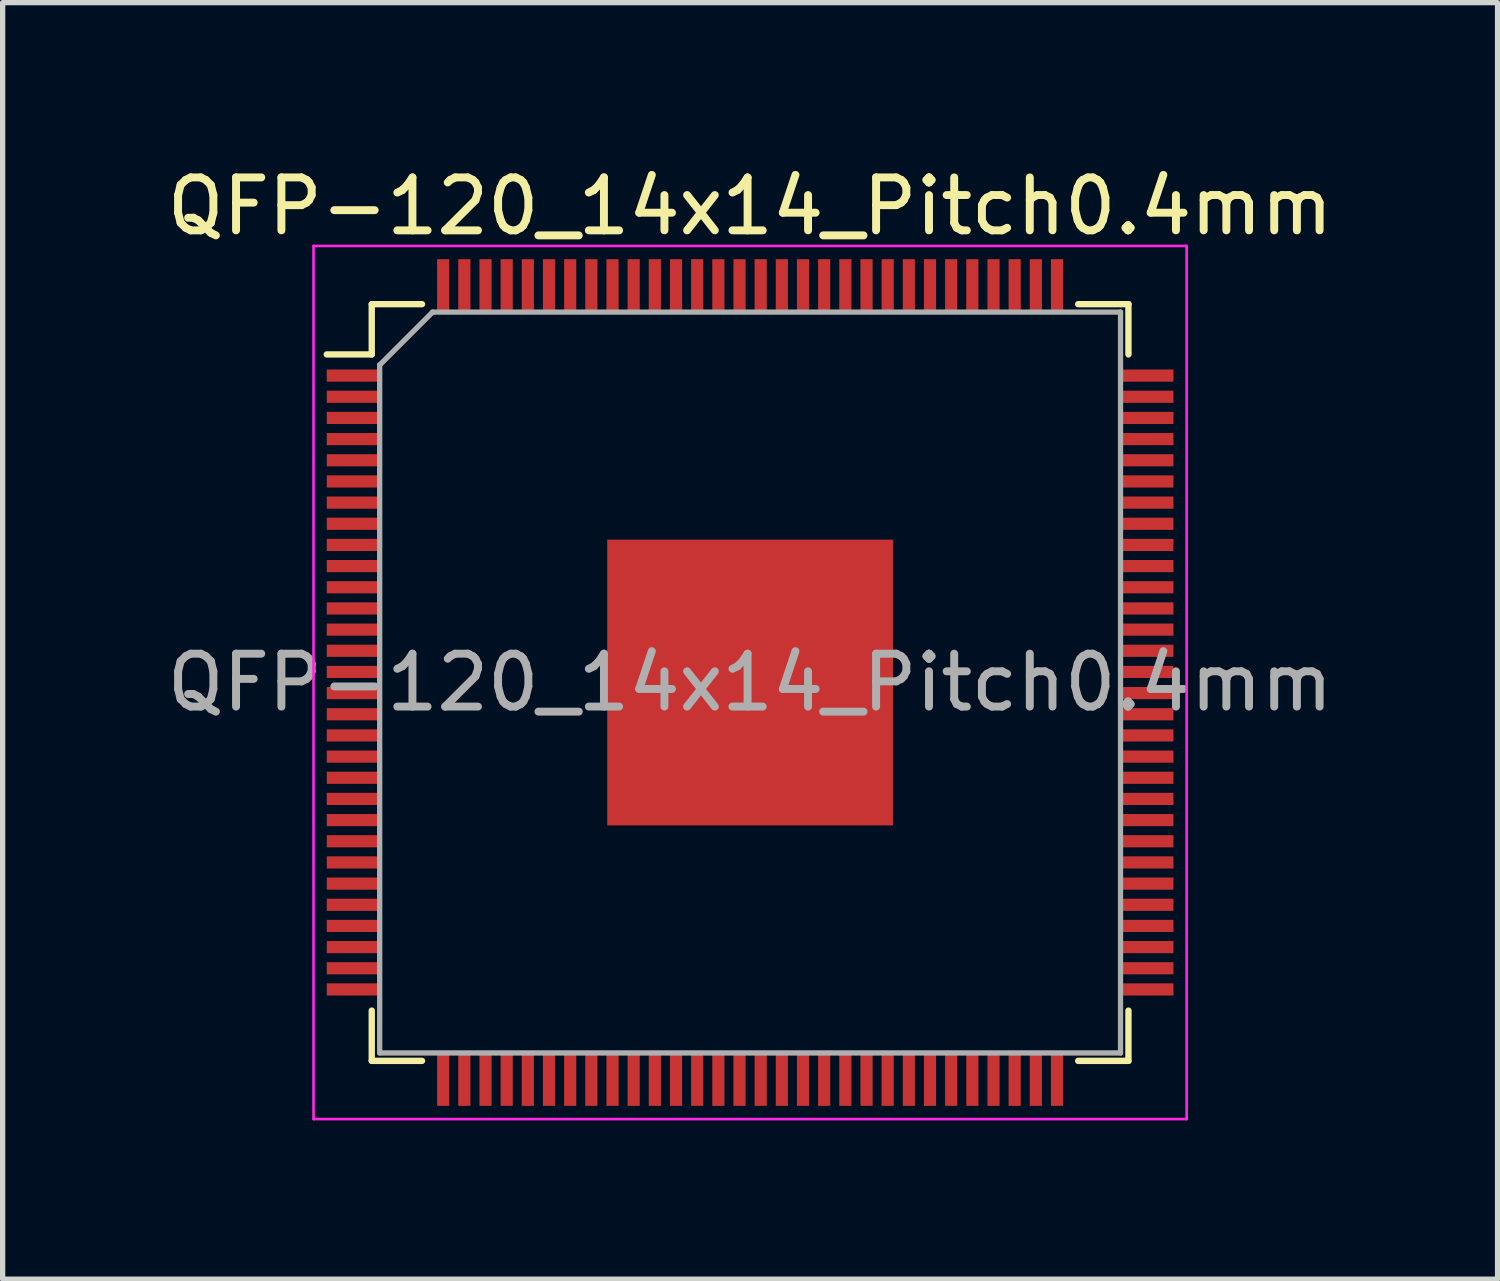
<source format=kicad_pcb>
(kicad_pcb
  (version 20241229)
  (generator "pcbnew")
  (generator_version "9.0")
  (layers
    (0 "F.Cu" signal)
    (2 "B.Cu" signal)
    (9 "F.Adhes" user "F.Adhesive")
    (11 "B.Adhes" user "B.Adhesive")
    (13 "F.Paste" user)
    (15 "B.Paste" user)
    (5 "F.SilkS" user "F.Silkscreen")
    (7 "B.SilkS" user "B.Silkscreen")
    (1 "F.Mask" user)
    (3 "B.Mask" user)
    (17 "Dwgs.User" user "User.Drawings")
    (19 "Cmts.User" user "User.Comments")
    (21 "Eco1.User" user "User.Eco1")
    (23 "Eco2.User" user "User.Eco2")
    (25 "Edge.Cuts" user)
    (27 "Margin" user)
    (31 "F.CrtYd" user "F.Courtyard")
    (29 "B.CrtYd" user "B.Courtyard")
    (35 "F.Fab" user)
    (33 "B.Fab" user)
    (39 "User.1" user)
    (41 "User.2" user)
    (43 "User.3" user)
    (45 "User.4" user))
  (footprint "QFP-120_14x14_Pitch0.4mm"
    (layer "F.Cu")
    (at 11.125 9.848)
    (property "Reference" "QFP-120_14x14_Pitch0.4mm" (at 0 -9 0) (unlocked yes) (layer "F.SilkS") (effects (font (size 1 1) (thickness 0.15))))
    (attr smd)
    (fp_line (start -7.15 -7.15) (end -7.15 -6.2) (stroke (width 0.12) (type default)) (layer "F.SilkS"))
    (fp_line (start -7.15 -6.2) (end -8 -6.2) (stroke (width 0.12) (type default)) (layer "F.SilkS"))
    (fp_line (start -7.15 7.15) (end -7.15 6.2) (stroke (width 0.12) (type default)) (layer "F.SilkS"))
    (fp_line (start -6.2 -7.15) (end -7.15 -7.15) (stroke (width 0.12) (type default)) (layer "F.SilkS"))
    (fp_line (start -6.2 7.15) (end -7.15 7.15) (stroke (width 0.12) (type default)) (layer "F.SilkS"))
    (fp_line (start 6.2 -7.15) (end 7.15 -7.15) (stroke (width 0.12) (type default)) (layer "F.SilkS"))
    (fp_line (start 6.2 7.15) (end 7.15 7.15) (stroke (width 0.12) (type default)) (layer "F.SilkS"))
    (fp_line (start 7.15 -7.15) (end 7.15 -6.2) (stroke (width 0.12) (type default)) (layer "F.SilkS"))
    (fp_line (start 7.15 7.15) (end 7.15 6.2) (stroke (width 0.12) (type default)) (layer "F.SilkS"))
    (fp_line (start -8.25 -8.25) (end 8.25 -8.25) (stroke (width 0.05) (type default)) (layer "F.CrtYd"))
    (fp_line (start -8.25 8.25) (end -8.25 -8.25) (stroke (width 0.05) (type default)) (layer "F.CrtYd"))
    (fp_line (start 8.25 -8.25) (end 8.25 8.25) (stroke (width 0.05) (type default)) (layer "F.CrtYd"))
    (fp_line (start 8.25 8.25) (end -8.25 8.25) (stroke (width 0.05) (type default)) (layer "F.CrtYd"))
    (fp_line (start -7 -6) (end -7 7) (stroke (width 0.1) (type default)) (layer "F.Fab"))
    (fp_line (start -7 7) (end 7 7) (stroke (width 0.1) (type default)) (layer "F.Fab"))
    (fp_line (start -6 -7) (end -7 -6) (stroke (width 0.1) (type default)) (layer "F.Fab"))
    (fp_line (start 7 -7) (end -6 -7) (stroke (width 0.1) (type default)) (layer "F.Fab"))
    (fp_line (start 7 7) (end 7 -7) (stroke (width 0.1) (type default)) (layer "F.Fab"))
    (fp_text user "${REFERENCE}" (at 0 0 0) (layer "F.Fab") (effects (font (size 1 1) (thickness 0.15))))
    (pad "1" smd rect (at -7.5 -5.8 90) (size 0.23 1) (layers "F.Cu" "F.Mask" "F.Paste"))
    (pad "2" smd rect (at -7.5 -5.4 90) (size 0.23 1) (layers "F.Cu" "F.Mask" "F.Paste"))
    (pad "3" smd rect (at -7.5 -5 90) (size 0.23 1) (layers "F.Cu" "F.Mask" "F.Paste"))
    (pad "4" smd rect (at -7.5 -4.6 90) (size 0.23 1) (layers "F.Cu" "F.Mask" "F.Paste"))
    (pad "5" smd rect (at -7.5 -4.2 90) (size 0.23 1) (layers "F.Cu" "F.Mask" "F.Paste"))
    (pad "6" smd rect (at -7.5 -3.8 90) (size 0.23 1) (layers "F.Cu" "F.Mask" "F.Paste"))
    (pad "7" smd rect (at -7.5 -3.4 90) (size 0.23 1) (layers "F.Cu" "F.Mask" "F.Paste"))
    (pad "8" smd rect (at -7.5 -3 90) (size 0.23 1) (layers "F.Cu" "F.Mask" "F.Paste"))
    (pad "9" smd rect (at -7.5 -2.6 90) (size 0.23 1) (layers "F.Cu" "F.Mask" "F.Paste"))
    (pad "10" smd rect (at -7.5 -2.2 90) (size 0.23 1) (layers "F.Cu" "F.Mask" "F.Paste"))
    (pad "11" smd rect (at -7.5 -1.8 90) (size 0.23 1) (layers "F.Cu" "F.Mask" "F.Paste"))
    (pad "12" smd rect (at -7.5 -1.4 90) (size 0.23 1) (layers "F.Cu" "F.Mask" "F.Paste"))
    (pad "13" smd rect (at -7.5 -1 90) (size 0.23 1) (layers "F.Cu" "F.Mask" "F.Paste"))
    (pad "14" smd rect (at -7.5 -0.6 90) (size 0.23 1) (layers "F.Cu" "F.Mask" "F.Paste"))
    (pad "15" smd rect (at -7.5 -0.2 90) (size 0.23 1) (layers "F.Cu" "F.Mask" "F.Paste"))
    (pad "16" smd rect (at -7.5 0.2 90) (size 0.23 1) (layers "F.Cu" "F.Mask" "F.Paste"))
    (pad "17" smd rect (at -7.5 0.6 90) (size 0.23 1) (layers "F.Cu" "F.Mask" "F.Paste"))
    (pad "18" smd rect (at -7.5 1 90) (size 0.23 1) (layers "F.Cu" "F.Mask" "F.Paste"))
    (pad "19" smd rect (at -7.5 1.4 90) (size 0.23 1) (layers "F.Cu" "F.Mask" "F.Paste"))
    (pad "20" smd rect (at -7.5 1.8 90) (size 0.23 1) (layers "F.Cu" "F.Mask" "F.Paste"))
    (pad "21" smd rect (at -7.5 2.2 90) (size 0.23 1) (layers "F.Cu" "F.Mask" "F.Paste"))
    (pad "22" smd rect (at -7.5 2.6 90) (size 0.23 1) (layers "F.Cu" "F.Mask" "F.Paste"))
    (pad "23" smd rect (at -7.5 3 90) (size 0.23 1) (layers "F.Cu" "F.Mask" "F.Paste"))
    (pad "24" smd rect (at -7.5 3.4 90) (size 0.23 1) (layers "F.Cu" "F.Mask" "F.Paste"))
    (pad "25" smd rect (at -7.5 3.8 90) (size 0.23 1) (layers "F.Cu" "F.Mask" "F.Paste"))
    (pad "26" smd rect (at -7.5 4.2 90) (size 0.23 1) (layers "F.Cu" "F.Mask" "F.Paste"))
    (pad "27" smd rect (at -7.5 4.6 90) (size 0.23 1) (layers "F.Cu" "F.Mask" "F.Paste"))
    (pad "28" smd rect (at -7.5 5 90) (size 0.23 1) (layers "F.Cu" "F.Mask" "F.Paste"))
    (pad "29" smd rect (at -7.5 5.4 90) (size 0.23 1) (layers "F.Cu" "F.Mask" "F.Paste"))
    (pad "30" smd rect (at -7.5 5.8 90) (size 0.23 1) (layers "F.Cu" "F.Mask" "F.Paste"))
    (pad "31" smd rect (at -5.8 7.5) (size 0.23 1) (layers "F.Cu" "F.Mask" "F.Paste"))
    (pad "32" smd rect (at -5.4 7.5) (size 0.23 1) (layers "F.Cu" "F.Mask" "F.Paste"))
    (pad "33" smd rect (at -5 7.5) (size 0.23 1) (layers "F.Cu" "F.Mask" "F.Paste"))
    (pad "34" smd rect (at -4.6 7.5) (size 0.23 1) (layers "F.Cu" "F.Mask" "F.Paste"))
    (pad "35" smd rect (at -4.2 7.5) (size 0.23 1) (layers "F.Cu" "F.Mask" "F.Paste"))
    (pad "36" smd rect (at -3.8 7.5) (size 0.23 1) (layers "F.Cu" "F.Mask" "F.Paste"))
    (pad "37" smd rect (at -3.4 7.5) (size 0.23 1) (layers "F.Cu" "F.Mask" "F.Paste"))
    (pad "38" smd rect (at -3 7.5) (size 0.23 1) (layers "F.Cu" "F.Mask" "F.Paste"))
    (pad "39" smd rect (at -2.6 7.5) (size 0.23 1) (layers "F.Cu" "F.Mask" "F.Paste"))
    (pad "40" smd rect (at -2.2 7.5) (size 0.23 1) (layers "F.Cu" "F.Mask" "F.Paste"))
    (pad "41" smd rect (at -1.8 7.5) (size 0.23 1) (layers "F.Cu" "F.Mask" "F.Paste"))
    (pad "42" smd rect (at -1.4 7.5) (size 0.23 1) (layers "F.Cu" "F.Mask" "F.Paste"))
    (pad "43" smd rect (at -1 7.5) (size 0.23 1) (layers "F.Cu" "F.Mask" "F.Paste"))
    (pad "44" smd rect (at -0.6 7.5) (size 0.23 1) (layers "F.Cu" "F.Mask" "F.Paste"))
    (pad "45" smd rect (at -0.2 7.5) (size 0.23 1) (layers "F.Cu" "F.Mask" "F.Paste"))
    (pad "46" smd rect (at 0.2 7.5) (size 0.23 1) (layers "F.Cu" "F.Mask" "F.Paste"))
    (pad "47" smd rect (at 0.6 7.5) (size 0.23 1) (layers "F.Cu" "F.Mask" "F.Paste"))
    (pad "48" smd rect (at 1 7.5) (size 0.23 1) (layers "F.Cu" "F.Mask" "F.Paste"))
    (pad "49" smd rect (at 1.4 7.5) (size 0.23 1) (layers "F.Cu" "F.Mask" "F.Paste"))
    (pad "50" smd rect (at 1.8 7.5) (size 0.23 1) (layers "F.Cu" "F.Mask" "F.Paste"))
    (pad "51" smd rect (at 2.2 7.5) (size 0.23 1) (layers "F.Cu" "F.Mask" "F.Paste"))
    (pad "52" smd rect (at 2.6 7.5) (size 0.23 1) (layers "F.Cu" "F.Mask" "F.Paste"))
    (pad "53" smd rect (at 3 7.5) (size 0.23 1) (layers "F.Cu" "F.Mask" "F.Paste"))
    (pad "54" smd rect (at 3.4 7.5) (size 0.23 1) (layers "F.Cu" "F.Mask" "F.Paste"))
    (pad "55" smd rect (at 3.8 7.5) (size 0.23 1) (layers "F.Cu" "F.Mask" "F.Paste"))
    (pad "56" smd rect (at 4.2 7.5) (size 0.23 1) (layers "F.Cu" "F.Mask" "F.Paste"))
    (pad "57" smd rect (at 4.6 7.5) (size 0.23 1) (layers "F.Cu" "F.Mask" "F.Paste"))
    (pad "58" smd rect (at 5 7.5) (size 0.23 1) (layers "F.Cu" "F.Mask" "F.Paste"))
    (pad "59" smd rect (at 5.4 7.5) (size 0.23 1) (layers "F.Cu" "F.Mask" "F.Paste"))
    (pad "60" smd rect (at 5.8 7.5) (size 0.23 1) (layers "F.Cu" "F.Mask" "F.Paste"))
    (pad "61" smd rect (at 7.5 5.8 90) (size 0.23 1) (layers "F.Cu" "F.Mask" "F.Paste"))
    (pad "62" smd rect (at 7.5 5.4 90) (size 0.23 1) (layers "F.Cu" "F.Mask" "F.Paste"))
    (pad "63" smd rect (at 7.5 5 90) (size 0.23 1) (layers "F.Cu" "F.Mask" "F.Paste"))
    (pad "64" smd rect (at 7.5 4.6 90) (size 0.23 1) (layers "F.Cu" "F.Mask" "F.Paste"))
    (pad "65" smd rect (at 7.5 4.2 90) (size 0.23 1) (layers "F.Cu" "F.Mask" "F.Paste"))
    (pad "66" smd rect (at 7.5 3.8 90) (size 0.23 1) (layers "F.Cu" "F.Mask" "F.Paste"))
    (pad "67" smd rect (at 7.5 3.4 90) (size 0.23 1) (layers "F.Cu" "F.Mask" "F.Paste"))
    (pad "68" smd rect (at 7.5 3 90) (size 0.23 1) (layers "F.Cu" "F.Mask" "F.Paste"))
    (pad "69" smd rect (at 7.5 2.6 90) (size 0.23 1) (layers "F.Cu" "F.Mask" "F.Paste"))
    (pad "70" smd rect (at 7.5 2.2 90) (size 0.23 1) (layers "F.Cu" "F.Mask" "F.Paste"))
    (pad "71" smd rect (at 7.5 1.8 90) (size 0.23 1) (layers "F.Cu" "F.Mask" "F.Paste"))
    (pad "72" smd rect (at 7.5 1.4 90) (size 0.23 1) (layers "F.Cu" "F.Mask" "F.Paste"))
    (pad "73" smd rect (at 7.5 1 90) (size 0.23 1) (layers "F.Cu" "F.Mask" "F.Paste"))
    (pad "74" smd rect (at 7.5 0.6 90) (size 0.23 1) (layers "F.Cu" "F.Mask" "F.Paste"))
    (pad "75" smd rect (at 7.5 0.2 90) (size 0.23 1) (layers "F.Cu" "F.Mask" "F.Paste"))
    (pad "76" smd rect (at 7.5 -0.2 90) (size 0.23 1) (layers "F.Cu" "F.Mask" "F.Paste"))
    (pad "77" smd rect (at 7.5 -0.6 90) (size 0.23 1) (layers "F.Cu" "F.Mask" "F.Paste"))
    (pad "78" smd rect (at 7.5 -1 90) (size 0.23 1) (layers "F.Cu" "F.Mask" "F.Paste"))
    (pad "79" smd rect (at 7.5 -1.4 90) (size 0.23 1) (layers "F.Cu" "F.Mask" "F.Paste"))
    (pad "80" smd rect (at 7.5 -1.8 90) (size 0.23 1) (layers "F.Cu" "F.Mask" "F.Paste"))
    (pad "81" smd rect (at 7.5 -2.2 90) (size 0.23 1) (layers "F.Cu" "F.Mask" "F.Paste"))
    (pad "82" smd rect (at 7.5 -2.6 90) (size 0.23 1) (layers "F.Cu" "F.Mask" "F.Paste"))
    (pad "83" smd rect (at 7.5 -3 90) (size 0.23 1) (layers "F.Cu" "F.Mask" "F.Paste"))
    (pad "84" smd rect (at 7.5 -3.4 90) (size 0.23 1) (layers "F.Cu" "F.Mask" "F.Paste"))
    (pad "85" smd rect (at 7.5 -3.8 90) (size 0.23 1) (layers "F.Cu" "F.Mask" "F.Paste"))
    (pad "86" smd rect (at 7.5 -4.2 90) (size 0.23 1) (layers "F.Cu" "F.Mask" "F.Paste"))
    (pad "87" smd rect (at 7.5 -4.6 90) (size 0.23 1) (layers "F.Cu" "F.Mask" "F.Paste"))
    (pad "88" smd rect (at 7.5 -5 90) (size 0.23 1) (layers "F.Cu" "F.Mask" "F.Paste"))
    (pad "89" smd rect (at 7.5 -5.4 90) (size 0.23 1) (layers "F.Cu" "F.Mask" "F.Paste"))
    (pad "90" smd rect (at 7.5 -5.8 90) (size 0.23 1) (layers "F.Cu" "F.Mask" "F.Paste"))
    (pad "91" smd rect (at 5.8 -7.5) (size 0.23 1) (layers "F.Cu" "F.Mask" "F.Paste"))
    (pad "92" smd rect (at 5.4 -7.5) (size 0.23 1) (layers "F.Cu" "F.Mask" "F.Paste"))
    (pad "93" smd rect (at 5 -7.5) (size 0.23 1) (layers "F.Cu" "F.Mask" "F.Paste"))
    (pad "94" smd rect (at 4.6 -7.5) (size 0.23 1) (layers "F.Cu" "F.Mask" "F.Paste"))
    (pad "95" smd rect (at 4.2 -7.5) (size 0.23 1) (layers "F.Cu" "F.Mask" "F.Paste"))
    (pad "96" smd rect (at 3.8 -7.5) (size 0.23 1) (layers "F.Cu" "F.Mask" "F.Paste"))
    (pad "97" smd rect (at 3.4 -7.5) (size 0.23 1) (layers "F.Cu" "F.Mask" "F.Paste"))
    (pad "98" smd rect (at 3 -7.5) (size 0.23 1) (layers "F.Cu" "F.Mask" "F.Paste"))
    (pad "99" smd rect (at 2.6 -7.5) (size 0.23 1) (layers "F.Cu" "F.Mask" "F.Paste"))
    (pad "100" smd rect (at 2.2 -7.5) (size 0.23 1) (layers "F.Cu" "F.Mask" "F.Paste"))
    (pad "101" smd rect (at 1.8 -7.5) (size 0.23 1) (layers "F.Cu" "F.Mask" "F.Paste"))
    (pad "102" smd rect (at 1.4 -7.5) (size 0.23 1) (layers "F.Cu" "F.Mask" "F.Paste"))
    (pad "103" smd rect (at 1 -7.5) (size 0.23 1) (layers "F.Cu" "F.Mask" "F.Paste"))
    (pad "104" smd rect (at 0.6 -7.5) (size 0.23 1) (layers "F.Cu" "F.Mask" "F.Paste"))
    (pad "105" smd rect (at 0.2 -7.5) (size 0.23 1) (layers "F.Cu" "F.Mask" "F.Paste"))
    (pad "106" smd rect (at -0.2 -7.5) (size 0.23 1) (layers "F.Cu" "F.Mask" "F.Paste"))
    (pad "107" smd rect (at -0.6 -7.5) (size 0.23 1) (layers "F.Cu" "F.Mask" "F.Paste"))
    (pad "108" smd rect (at -1 -7.5) (size 0.23 1) (layers "F.Cu" "F.Mask" "F.Paste"))
    (pad "109" smd rect (at -1.4 -7.5) (size 0.23 1) (layers "F.Cu" "F.Mask" "F.Paste"))
    (pad "110" smd rect (at -1.8 -7.5) (size 0.23 1) (layers "F.Cu" "F.Mask" "F.Paste"))
    (pad "111" smd rect (at -2.2 -7.5) (size 0.23 1) (layers "F.Cu" "F.Mask" "F.Paste"))
    (pad "112" smd rect (at -2.6 -7.5) (size 0.23 1) (layers "F.Cu" "F.Mask" "F.Paste"))
    (pad "113" smd rect (at -3 -7.5) (size 0.23 1) (layers "F.Cu" "F.Mask" "F.Paste"))
    (pad "114" smd rect (at -3.4 -7.5) (size 0.23 1) (layers "F.Cu" "F.Mask" "F.Paste"))
    (pad "115" smd rect (at -3.8 -7.5) (size 0.23 1) (layers "F.Cu" "F.Mask" "F.Paste"))
    (pad "116" smd rect (at -4.2 -7.5) (size 0.23 1) (layers "F.Cu" "F.Mask" "F.Paste"))
    (pad "117" smd rect (at -4.6 -7.5) (size 0.23 1) (layers "F.Cu" "F.Mask" "F.Paste"))
    (pad "118" smd rect (at -5 -7.5) (size 0.23 1) (layers "F.Cu" "F.Mask" "F.Paste"))
    (pad "119" smd rect (at -5.4 -7.5) (size 0.23 1) (layers "F.Cu" "F.Mask" "F.Paste"))
    (pad "120" smd rect (at -5.8 -7.5) (size 0.23 1) (layers "F.Cu" "F.Mask" "F.Paste"))
    (pad "121" smd rect (at 0 0) (size 5.4 5.4) (layers "F.Cu" "F.Mask" "F.Paste")))
  (gr_rect
    (start -3 -3)
    (end 25.25 21.123)
    (stroke (width 0.1) (type default))
    (fill no)
    (layer "Edge.Cuts")))
</source>
